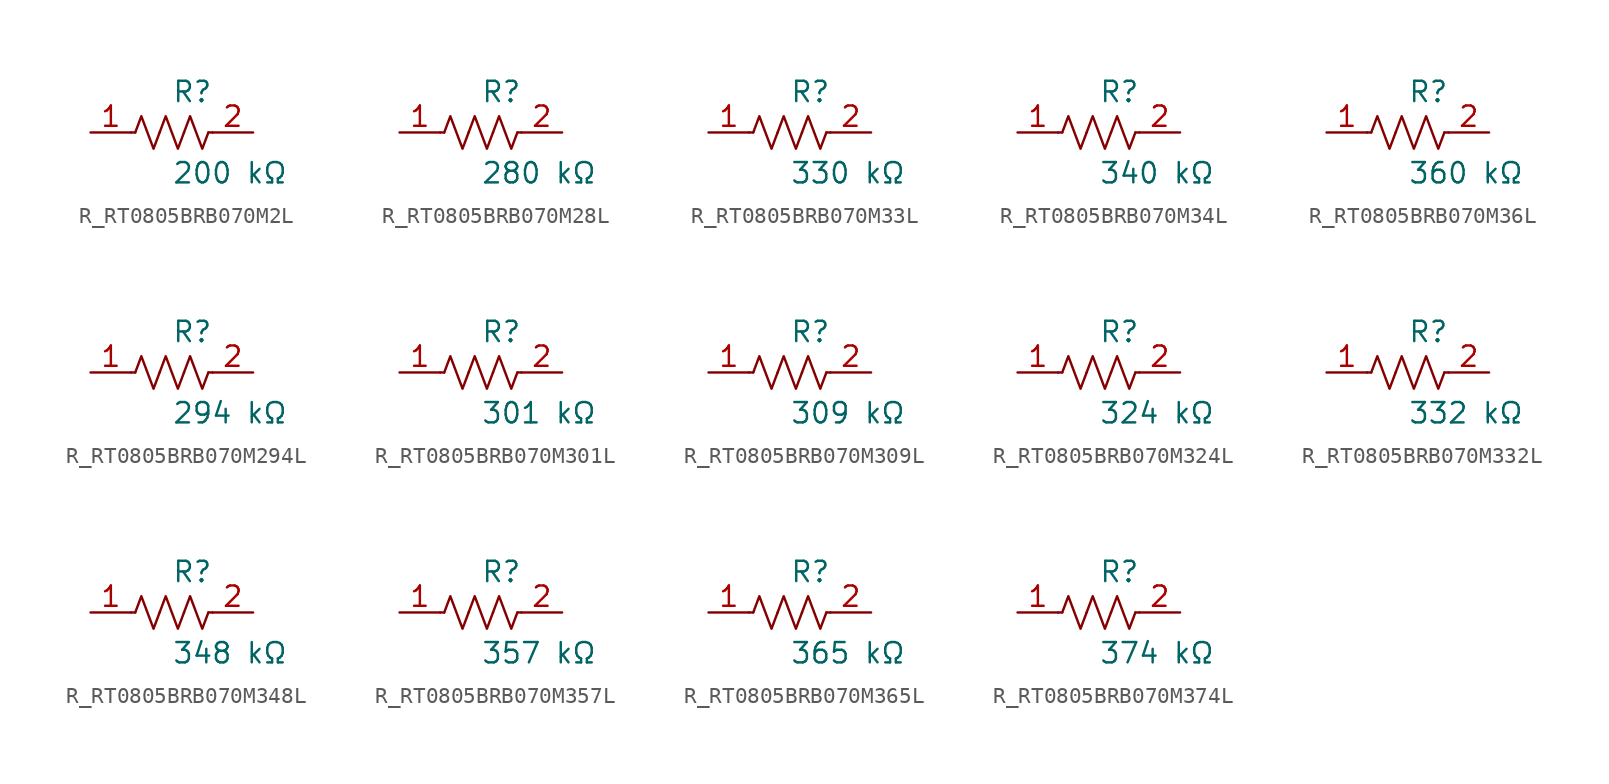
<source format=kicad_sym>
(kicad_symbol_lib
  (version 20231120)
  (generator kicad_symbol_editor)
  (generator_version 8.0)
  (symbol "R_RT0805BRB070M2L"
    (pin_names
      (offset 0.254))
    (property "Reference" "R"
      (at 0.0 2.54 0)
      (effects (font (size 1.27 1.27)) (justify left)))
    (property "Value" "200 kΩ"
      (at 0.0 -2.54 0)
      (effects (font (size 1.27 1.27)) (justify left)))
    (symbol "R_RT0805BRB070M2L_0_1"
      (polyline (pts (xy 2.286 0) (xy 2.54 0)) (stroke (width 0) (type default)) (fill (type none)))
      (polyline (pts (xy -2.286 0) (xy -2.54 0)) (stroke (width 0) (type default)) (fill (type none)))
      (polyline (pts (xy 0.762 0) (xy 1.143 1.016) (xy 1.524 0) (xy 1.905 -1.016) (xy 2.286 0)) (stroke (width 0) (type default)) (fill (type none)))
      (polyline (pts (xy -0.762 0) (xy -0.381 1.016) (xy 0 0) (xy 0.381 -1.016) (xy 0.762 0)) (stroke (width 0) (type default)) (fill (type none)))
      (polyline (pts (xy -2.286 0) (xy -1.905 1.016) (xy -1.524 0) (xy -1.143 -1.016) (xy -0.762 0)) (stroke (width 0) (type default)) (fill (type none))))
    (pin unspecified line
      (at -5.08 0 0)
      (length 2.54)
      (name "" (effects (font (size 1.27 1.27))))
      (number "1" (effects (font (size 1.27 1.27)))))
    (pin unspecified line
      (at 5.08 0 180)
      (length 2.54)
      (name "" (effects (font (size 1.27 1.27))))
      (number "2" (effects (font (size 1.27 1.27))))))
  (symbol "R_RT0805BRB070M28L"
    (pin_names
      (offset 0.254))
    (property "Reference" "R"
      (at 0.0 2.54 0)
      (effects (font (size 1.27 1.27)) (justify left)))
    (property "Value" "280 kΩ"
      (at 0.0 -2.54 0)
      (effects (font (size 1.27 1.27)) (justify left)))
    (symbol "R_RT0805BRB070M28L_0_1"
      (polyline (pts (xy 2.286 0) (xy 2.54 0)) (stroke (width 0) (type default)) (fill (type none)))
      (polyline (pts (xy -2.286 0) (xy -2.54 0)) (stroke (width 0) (type default)) (fill (type none)))
      (polyline (pts (xy 0.762 0) (xy 1.143 1.016) (xy 1.524 0) (xy 1.905 -1.016) (xy 2.286 0)) (stroke (width 0) (type default)) (fill (type none)))
      (polyline (pts (xy -0.762 0) (xy -0.381 1.016) (xy 0 0) (xy 0.381 -1.016) (xy 0.762 0)) (stroke (width 0) (type default)) (fill (type none)))
      (polyline (pts (xy -2.286 0) (xy -1.905 1.016) (xy -1.524 0) (xy -1.143 -1.016) (xy -0.762 0)) (stroke (width 0) (type default)) (fill (type none))))
    (pin unspecified line
      (at -5.08 0 0)
      (length 2.54)
      (name "" (effects (font (size 1.27 1.27))))
      (number "1" (effects (font (size 1.27 1.27)))))
    (pin unspecified line
      (at 5.08 0 180)
      (length 2.54)
      (name "" (effects (font (size 1.27 1.27))))
      (number "2" (effects (font (size 1.27 1.27))))))
  (symbol "R_RT0805BRB070M33L"
    (pin_names
      (offset 0.254))
    (property "Reference" "R"
      (at 0.0 2.54 0)
      (effects (font (size 1.27 1.27)) (justify left)))
    (property "Value" "330 kΩ"
      (at 0.0 -2.54 0)
      (effects (font (size 1.27 1.27)) (justify left)))
    (symbol "R_RT0805BRB070M33L_0_1"
      (polyline (pts (xy 2.286 0) (xy 2.54 0)) (stroke (width 0) (type default)) (fill (type none)))
      (polyline (pts (xy -2.286 0) (xy -2.54 0)) (stroke (width 0) (type default)) (fill (type none)))
      (polyline (pts (xy 0.762 0) (xy 1.143 1.016) (xy 1.524 0) (xy 1.905 -1.016) (xy 2.286 0)) (stroke (width 0) (type default)) (fill (type none)))
      (polyline (pts (xy -0.762 0) (xy -0.381 1.016) (xy 0 0) (xy 0.381 -1.016) (xy 0.762 0)) (stroke (width 0) (type default)) (fill (type none)))
      (polyline (pts (xy -2.286 0) (xy -1.905 1.016) (xy -1.524 0) (xy -1.143 -1.016) (xy -0.762 0)) (stroke (width 0) (type default)) (fill (type none))))
    (pin unspecified line
      (at -5.08 0 0)
      (length 2.54)
      (name "" (effects (font (size 1.27 1.27))))
      (number "1" (effects (font (size 1.27 1.27)))))
    (pin unspecified line
      (at 5.08 0 180)
      (length 2.54)
      (name "" (effects (font (size 1.27 1.27))))
      (number "2" (effects (font (size 1.27 1.27))))))
  (symbol "R_RT0805BRB070M34L"
    (pin_names
      (offset 0.254))
    (property "Reference" "R"
      (at 0.0 2.54 0)
      (effects (font (size 1.27 1.27)) (justify left)))
    (property "Value" "340 kΩ"
      (at 0.0 -2.54 0)
      (effects (font (size 1.27 1.27)) (justify left)))
    (symbol "R_RT0805BRB070M34L_0_1"
      (polyline (pts (xy 2.286 0) (xy 2.54 0)) (stroke (width 0) (type default)) (fill (type none)))
      (polyline (pts (xy -2.286 0) (xy -2.54 0)) (stroke (width 0) (type default)) (fill (type none)))
      (polyline (pts (xy 0.762 0) (xy 1.143 1.016) (xy 1.524 0) (xy 1.905 -1.016) (xy 2.286 0)) (stroke (width 0) (type default)) (fill (type none)))
      (polyline (pts (xy -0.762 0) (xy -0.381 1.016) (xy 0 0) (xy 0.381 -1.016) (xy 0.762 0)) (stroke (width 0) (type default)) (fill (type none)))
      (polyline (pts (xy -2.286 0) (xy -1.905 1.016) (xy -1.524 0) (xy -1.143 -1.016) (xy -0.762 0)) (stroke (width 0) (type default)) (fill (type none))))
    (pin unspecified line
      (at -5.08 0 0)
      (length 2.54)
      (name "" (effects (font (size 1.27 1.27))))
      (number "1" (effects (font (size 1.27 1.27)))))
    (pin unspecified line
      (at 5.08 0 180)
      (length 2.54)
      (name "" (effects (font (size 1.27 1.27))))
      (number "2" (effects (font (size 1.27 1.27))))))
  (symbol "R_RT0805BRB070M36L"
    (pin_names
      (offset 0.254))
    (property "Reference" "R"
      (at 0.0 2.54 0)
      (effects (font (size 1.27 1.27)) (justify left)))
    (property "Value" "360 kΩ"
      (at 0.0 -2.54 0)
      (effects (font (size 1.27 1.27)) (justify left)))
    (symbol "R_RT0805BRB070M36L_0_1"
      (polyline (pts (xy 2.286 0) (xy 2.54 0)) (stroke (width 0) (type default)) (fill (type none)))
      (polyline (pts (xy -2.286 0) (xy -2.54 0)) (stroke (width 0) (type default)) (fill (type none)))
      (polyline (pts (xy 0.762 0) (xy 1.143 1.016) (xy 1.524 0) (xy 1.905 -1.016) (xy 2.286 0)) (stroke (width 0) (type default)) (fill (type none)))
      (polyline (pts (xy -0.762 0) (xy -0.381 1.016) (xy 0 0) (xy 0.381 -1.016) (xy 0.762 0)) (stroke (width 0) (type default)) (fill (type none)))
      (polyline (pts (xy -2.286 0) (xy -1.905 1.016) (xy -1.524 0) (xy -1.143 -1.016) (xy -0.762 0)) (stroke (width 0) (type default)) (fill (type none))))
    (pin unspecified line
      (at -5.08 0 0)
      (length 2.54)
      (name "" (effects (font (size 1.27 1.27))))
      (number "1" (effects (font (size 1.27 1.27)))))
    (pin unspecified line
      (at 5.08 0 180)
      (length 2.54)
      (name "" (effects (font (size 1.27 1.27))))
      (number "2" (effects (font (size 1.27 1.27))))))
  (symbol "R_RT0805BRB070M294L"
    (pin_names
      (offset 0.254))
    (property "Reference" "R"
      (at 0.0 2.54 0)
      (effects (font (size 1.27 1.27)) (justify left)))
    (property "Value" "294 kΩ"
      (at 0.0 -2.54 0)
      (effects (font (size 1.27 1.27)) (justify left)))
    (symbol "R_RT0805BRB070M294L_0_1"
      (polyline (pts (xy 2.286 0) (xy 2.54 0)) (stroke (width 0) (type default)) (fill (type none)))
      (polyline (pts (xy -2.286 0) (xy -2.54 0)) (stroke (width 0) (type default)) (fill (type none)))
      (polyline (pts (xy 0.762 0) (xy 1.143 1.016) (xy 1.524 0) (xy 1.905 -1.016) (xy 2.286 0)) (stroke (width 0) (type default)) (fill (type none)))
      (polyline (pts (xy -0.762 0) (xy -0.381 1.016) (xy 0 0) (xy 0.381 -1.016) (xy 0.762 0)) (stroke (width 0) (type default)) (fill (type none)))
      (polyline (pts (xy -2.286 0) (xy -1.905 1.016) (xy -1.524 0) (xy -1.143 -1.016) (xy -0.762 0)) (stroke (width 0) (type default)) (fill (type none))))
    (pin unspecified line
      (at -5.08 0 0)
      (length 2.54)
      (name "" (effects (font (size 1.27 1.27))))
      (number "1" (effects (font (size 1.27 1.27)))))
    (pin unspecified line
      (at 5.08 0 180)
      (length 2.54)
      (name "" (effects (font (size 1.27 1.27))))
      (number "2" (effects (font (size 1.27 1.27))))))
  (symbol "R_RT0805BRB070M301L"
    (pin_names
      (offset 0.254))
    (property "Reference" "R"
      (at 0.0 2.54 0)
      (effects (font (size 1.27 1.27)) (justify left)))
    (property "Value" "301 kΩ"
      (at 0.0 -2.54 0)
      (effects (font (size 1.27 1.27)) (justify left)))
    (symbol "R_RT0805BRB070M301L_0_1"
      (polyline (pts (xy 2.286 0) (xy 2.54 0)) (stroke (width 0) (type default)) (fill (type none)))
      (polyline (pts (xy -2.286 0) (xy -2.54 0)) (stroke (width 0) (type default)) (fill (type none)))
      (polyline (pts (xy 0.762 0) (xy 1.143 1.016) (xy 1.524 0) (xy 1.905 -1.016) (xy 2.286 0)) (stroke (width 0) (type default)) (fill (type none)))
      (polyline (pts (xy -0.762 0) (xy -0.381 1.016) (xy 0 0) (xy 0.381 -1.016) (xy 0.762 0)) (stroke (width 0) (type default)) (fill (type none)))
      (polyline (pts (xy -2.286 0) (xy -1.905 1.016) (xy -1.524 0) (xy -1.143 -1.016) (xy -0.762 0)) (stroke (width 0) (type default)) (fill (type none))))
    (pin unspecified line
      (at -5.08 0 0)
      (length 2.54)
      (name "" (effects (font (size 1.27 1.27))))
      (number "1" (effects (font (size 1.27 1.27)))))
    (pin unspecified line
      (at 5.08 0 180)
      (length 2.54)
      (name "" (effects (font (size 1.27 1.27))))
      (number "2" (effects (font (size 1.27 1.27))))))
  (symbol "R_RT0805BRB070M309L"
    (pin_names
      (offset 0.254))
    (property "Reference" "R"
      (at 0.0 2.54 0)
      (effects (font (size 1.27 1.27)) (justify left)))
    (property "Value" "309 kΩ"
      (at 0.0 -2.54 0)
      (effects (font (size 1.27 1.27)) (justify left)))
    (symbol "R_RT0805BRB070M309L_0_1"
      (polyline (pts (xy 2.286 0) (xy 2.54 0)) (stroke (width 0) (type default)) (fill (type none)))
      (polyline (pts (xy -2.286 0) (xy -2.54 0)) (stroke (width 0) (type default)) (fill (type none)))
      (polyline (pts (xy 0.762 0) (xy 1.143 1.016) (xy 1.524 0) (xy 1.905 -1.016) (xy 2.286 0)) (stroke (width 0) (type default)) (fill (type none)))
      (polyline (pts (xy -0.762 0) (xy -0.381 1.016) (xy 0 0) (xy 0.381 -1.016) (xy 0.762 0)) (stroke (width 0) (type default)) (fill (type none)))
      (polyline (pts (xy -2.286 0) (xy -1.905 1.016) (xy -1.524 0) (xy -1.143 -1.016) (xy -0.762 0)) (stroke (width 0) (type default)) (fill (type none))))
    (pin unspecified line
      (at -5.08 0 0)
      (length 2.54)
      (name "" (effects (font (size 1.27 1.27))))
      (number "1" (effects (font (size 1.27 1.27)))))
    (pin unspecified line
      (at 5.08 0 180)
      (length 2.54)
      (name "" (effects (font (size 1.27 1.27))))
      (number "2" (effects (font (size 1.27 1.27))))))
  (symbol "R_RT0805BRB070M324L"
    (pin_names
      (offset 0.254))
    (property "Reference" "R"
      (at 0.0 2.54 0)
      (effects (font (size 1.27 1.27)) (justify left)))
    (property "Value" "324 kΩ"
      (at 0.0 -2.54 0)
      (effects (font (size 1.27 1.27)) (justify left)))
    (symbol "R_RT0805BRB070M324L_0_1"
      (polyline (pts (xy 2.286 0) (xy 2.54 0)) (stroke (width 0) (type default)) (fill (type none)))
      (polyline (pts (xy -2.286 0) (xy -2.54 0)) (stroke (width 0) (type default)) (fill (type none)))
      (polyline (pts (xy 0.762 0) (xy 1.143 1.016) (xy 1.524 0) (xy 1.905 -1.016) (xy 2.286 0)) (stroke (width 0) (type default)) (fill (type none)))
      (polyline (pts (xy -0.762 0) (xy -0.381 1.016) (xy 0 0) (xy 0.381 -1.016) (xy 0.762 0)) (stroke (width 0) (type default)) (fill (type none)))
      (polyline (pts (xy -2.286 0) (xy -1.905 1.016) (xy -1.524 0) (xy -1.143 -1.016) (xy -0.762 0)) (stroke (width 0) (type default)) (fill (type none))))
    (pin unspecified line
      (at -5.08 0 0)
      (length 2.54)
      (name "" (effects (font (size 1.27 1.27))))
      (number "1" (effects (font (size 1.27 1.27)))))
    (pin unspecified line
      (at 5.08 0 180)
      (length 2.54)
      (name "" (effects (font (size 1.27 1.27))))
      (number "2" (effects (font (size 1.27 1.27))))))
  (symbol "R_RT0805BRB070M332L"
    (pin_names
      (offset 0.254))
    (property "Reference" "R"
      (at 0.0 2.54 0)
      (effects (font (size 1.27 1.27)) (justify left)))
    (property "Value" "332 kΩ"
      (at 0.0 -2.54 0)
      (effects (font (size 1.27 1.27)) (justify left)))
    (symbol "R_RT0805BRB070M332L_0_1"
      (polyline (pts (xy 2.286 0) (xy 2.54 0)) (stroke (width 0) (type default)) (fill (type none)))
      (polyline (pts (xy -2.286 0) (xy -2.54 0)) (stroke (width 0) (type default)) (fill (type none)))
      (polyline (pts (xy 0.762 0) (xy 1.143 1.016) (xy 1.524 0) (xy 1.905 -1.016) (xy 2.286 0)) (stroke (width 0) (type default)) (fill (type none)))
      (polyline (pts (xy -0.762 0) (xy -0.381 1.016) (xy 0 0) (xy 0.381 -1.016) (xy 0.762 0)) (stroke (width 0) (type default)) (fill (type none)))
      (polyline (pts (xy -2.286 0) (xy -1.905 1.016) (xy -1.524 0) (xy -1.143 -1.016) (xy -0.762 0)) (stroke (width 0) (type default)) (fill (type none))))
    (pin unspecified line
      (at -5.08 0 0)
      (length 2.54)
      (name "" (effects (font (size 1.27 1.27))))
      (number "1" (effects (font (size 1.27 1.27)))))
    (pin unspecified line
      (at 5.08 0 180)
      (length 2.54)
      (name "" (effects (font (size 1.27 1.27))))
      (number "2" (effects (font (size 1.27 1.27))))))
  (symbol "R_RT0805BRB070M348L"
    (pin_names
      (offset 0.254))
    (property "Reference" "R"
      (at 0.0 2.54 0)
      (effects (font (size 1.27 1.27)) (justify left)))
    (property "Value" "348 kΩ"
      (at 0.0 -2.54 0)
      (effects (font (size 1.27 1.27)) (justify left)))
    (symbol "R_RT0805BRB070M348L_0_1"
      (polyline (pts (xy 2.286 0) (xy 2.54 0)) (stroke (width 0) (type default)) (fill (type none)))
      (polyline (pts (xy -2.286 0) (xy -2.54 0)) (stroke (width 0) (type default)) (fill (type none)))
      (polyline (pts (xy 0.762 0) (xy 1.143 1.016) (xy 1.524 0) (xy 1.905 -1.016) (xy 2.286 0)) (stroke (width 0) (type default)) (fill (type none)))
      (polyline (pts (xy -0.762 0) (xy -0.381 1.016) (xy 0 0) (xy 0.381 -1.016) (xy 0.762 0)) (stroke (width 0) (type default)) (fill (type none)))
      (polyline (pts (xy -2.286 0) (xy -1.905 1.016) (xy -1.524 0) (xy -1.143 -1.016) (xy -0.762 0)) (stroke (width 0) (type default)) (fill (type none))))
    (pin unspecified line
      (at -5.08 0 0)
      (length 2.54)
      (name "" (effects (font (size 1.27 1.27))))
      (number "1" (effects (font (size 1.27 1.27)))))
    (pin unspecified line
      (at 5.08 0 180)
      (length 2.54)
      (name "" (effects (font (size 1.27 1.27))))
      (number "2" (effects (font (size 1.27 1.27))))))
  (symbol "R_RT0805BRB070M357L"
    (pin_names
      (offset 0.254))
    (property "Reference" "R"
      (at 0.0 2.54 0)
      (effects (font (size 1.27 1.27)) (justify left)))
    (property "Value" "357 kΩ"
      (at 0.0 -2.54 0)
      (effects (font (size 1.27 1.27)) (justify left)))
    (symbol "R_RT0805BRB070M357L_0_1"
      (polyline (pts (xy 2.286 0) (xy 2.54 0)) (stroke (width 0) (type default)) (fill (type none)))
      (polyline (pts (xy -2.286 0) (xy -2.54 0)) (stroke (width 0) (type default)) (fill (type none)))
      (polyline (pts (xy 0.762 0) (xy 1.143 1.016) (xy 1.524 0) (xy 1.905 -1.016) (xy 2.286 0)) (stroke (width 0) (type default)) (fill (type none)))
      (polyline (pts (xy -0.762 0) (xy -0.381 1.016) (xy 0 0) (xy 0.381 -1.016) (xy 0.762 0)) (stroke (width 0) (type default)) (fill (type none)))
      (polyline (pts (xy -2.286 0) (xy -1.905 1.016) (xy -1.524 0) (xy -1.143 -1.016) (xy -0.762 0)) (stroke (width 0) (type default)) (fill (type none))))
    (pin unspecified line
      (at -5.08 0 0)
      (length 2.54)
      (name "" (effects (font (size 1.27 1.27))))
      (number "1" (effects (font (size 1.27 1.27)))))
    (pin unspecified line
      (at 5.08 0 180)
      (length 2.54)
      (name "" (effects (font (size 1.27 1.27))))
      (number "2" (effects (font (size 1.27 1.27))))))
  (symbol "R_RT0805BRB070M365L"
    (pin_names
      (offset 0.254))
    (property "Reference" "R"
      (at 0.0 2.54 0)
      (effects (font (size 1.27 1.27)) (justify left)))
    (property "Value" "365 kΩ"
      (at 0.0 -2.54 0)
      (effects (font (size 1.27 1.27)) (justify left)))
    (symbol "R_RT0805BRB070M365L_0_1"
      (polyline (pts (xy 2.286 0) (xy 2.54 0)) (stroke (width 0) (type default)) (fill (type none)))
      (polyline (pts (xy -2.286 0) (xy -2.54 0)) (stroke (width 0) (type default)) (fill (type none)))
      (polyline (pts (xy 0.762 0) (xy 1.143 1.016) (xy 1.524 0) (xy 1.905 -1.016) (xy 2.286 0)) (stroke (width 0) (type default)) (fill (type none)))
      (polyline (pts (xy -0.762 0) (xy -0.381 1.016) (xy 0 0) (xy 0.381 -1.016) (xy 0.762 0)) (stroke (width 0) (type default)) (fill (type none)))
      (polyline (pts (xy -2.286 0) (xy -1.905 1.016) (xy -1.524 0) (xy -1.143 -1.016) (xy -0.762 0)) (stroke (width 0) (type default)) (fill (type none))))
    (pin unspecified line
      (at -5.08 0 0)
      (length 2.54)
      (name "" (effects (font (size 1.27 1.27))))
      (number "1" (effects (font (size 1.27 1.27)))))
    (pin unspecified line
      (at 5.08 0 180)
      (length 2.54)
      (name "" (effects (font (size 1.27 1.27))))
      (number "2" (effects (font (size 1.27 1.27))))))
  (symbol "R_RT0805BRB070M374L"
    (pin_names
      (offset 0.254))
    (property "Reference" "R"
      (at 0.0 2.54 0)
      (effects (font (size 1.27 1.27)) (justify left)))
    (property "Value" "374 kΩ"
      (at 0.0 -2.54 0)
      (effects (font (size 1.27 1.27)) (justify left)))
    (symbol "R_RT0805BRB070M374L_0_1"
      (polyline (pts (xy 2.286 0) (xy 2.54 0)) (stroke (width 0) (type default)) (fill (type none)))
      (polyline (pts (xy -2.286 0) (xy -2.54 0)) (stroke (width 0) (type default)) (fill (type none)))
      (polyline (pts (xy 0.762 0) (xy 1.143 1.016) (xy 1.524 0) (xy 1.905 -1.016) (xy 2.286 0)) (stroke (width 0) (type default)) (fill (type none)))
      (polyline (pts (xy -0.762 0) (xy -0.381 1.016) (xy 0 0) (xy 0.381 -1.016) (xy 0.762 0)) (stroke (width 0) (type default)) (fill (type none)))
      (polyline (pts (xy -2.286 0) (xy -1.905 1.016) (xy -1.524 0) (xy -1.143 -1.016) (xy -0.762 0)) (stroke (width 0) (type default)) (fill (type none))))
    (pin unspecified line
      (at -5.08 0 0)
      (length 2.54)
      (name "" (effects (font (size 1.27 1.27))))
      (number "1" (effects (font (size 1.27 1.27)))))
    (pin unspecified line
      (at 5.08 0 180)
      (length 2.54)
      (name "" (effects (font (size 1.27 1.27))))
      (number "2" (effects (font (size 1.27 1.27)))))))
</source>
